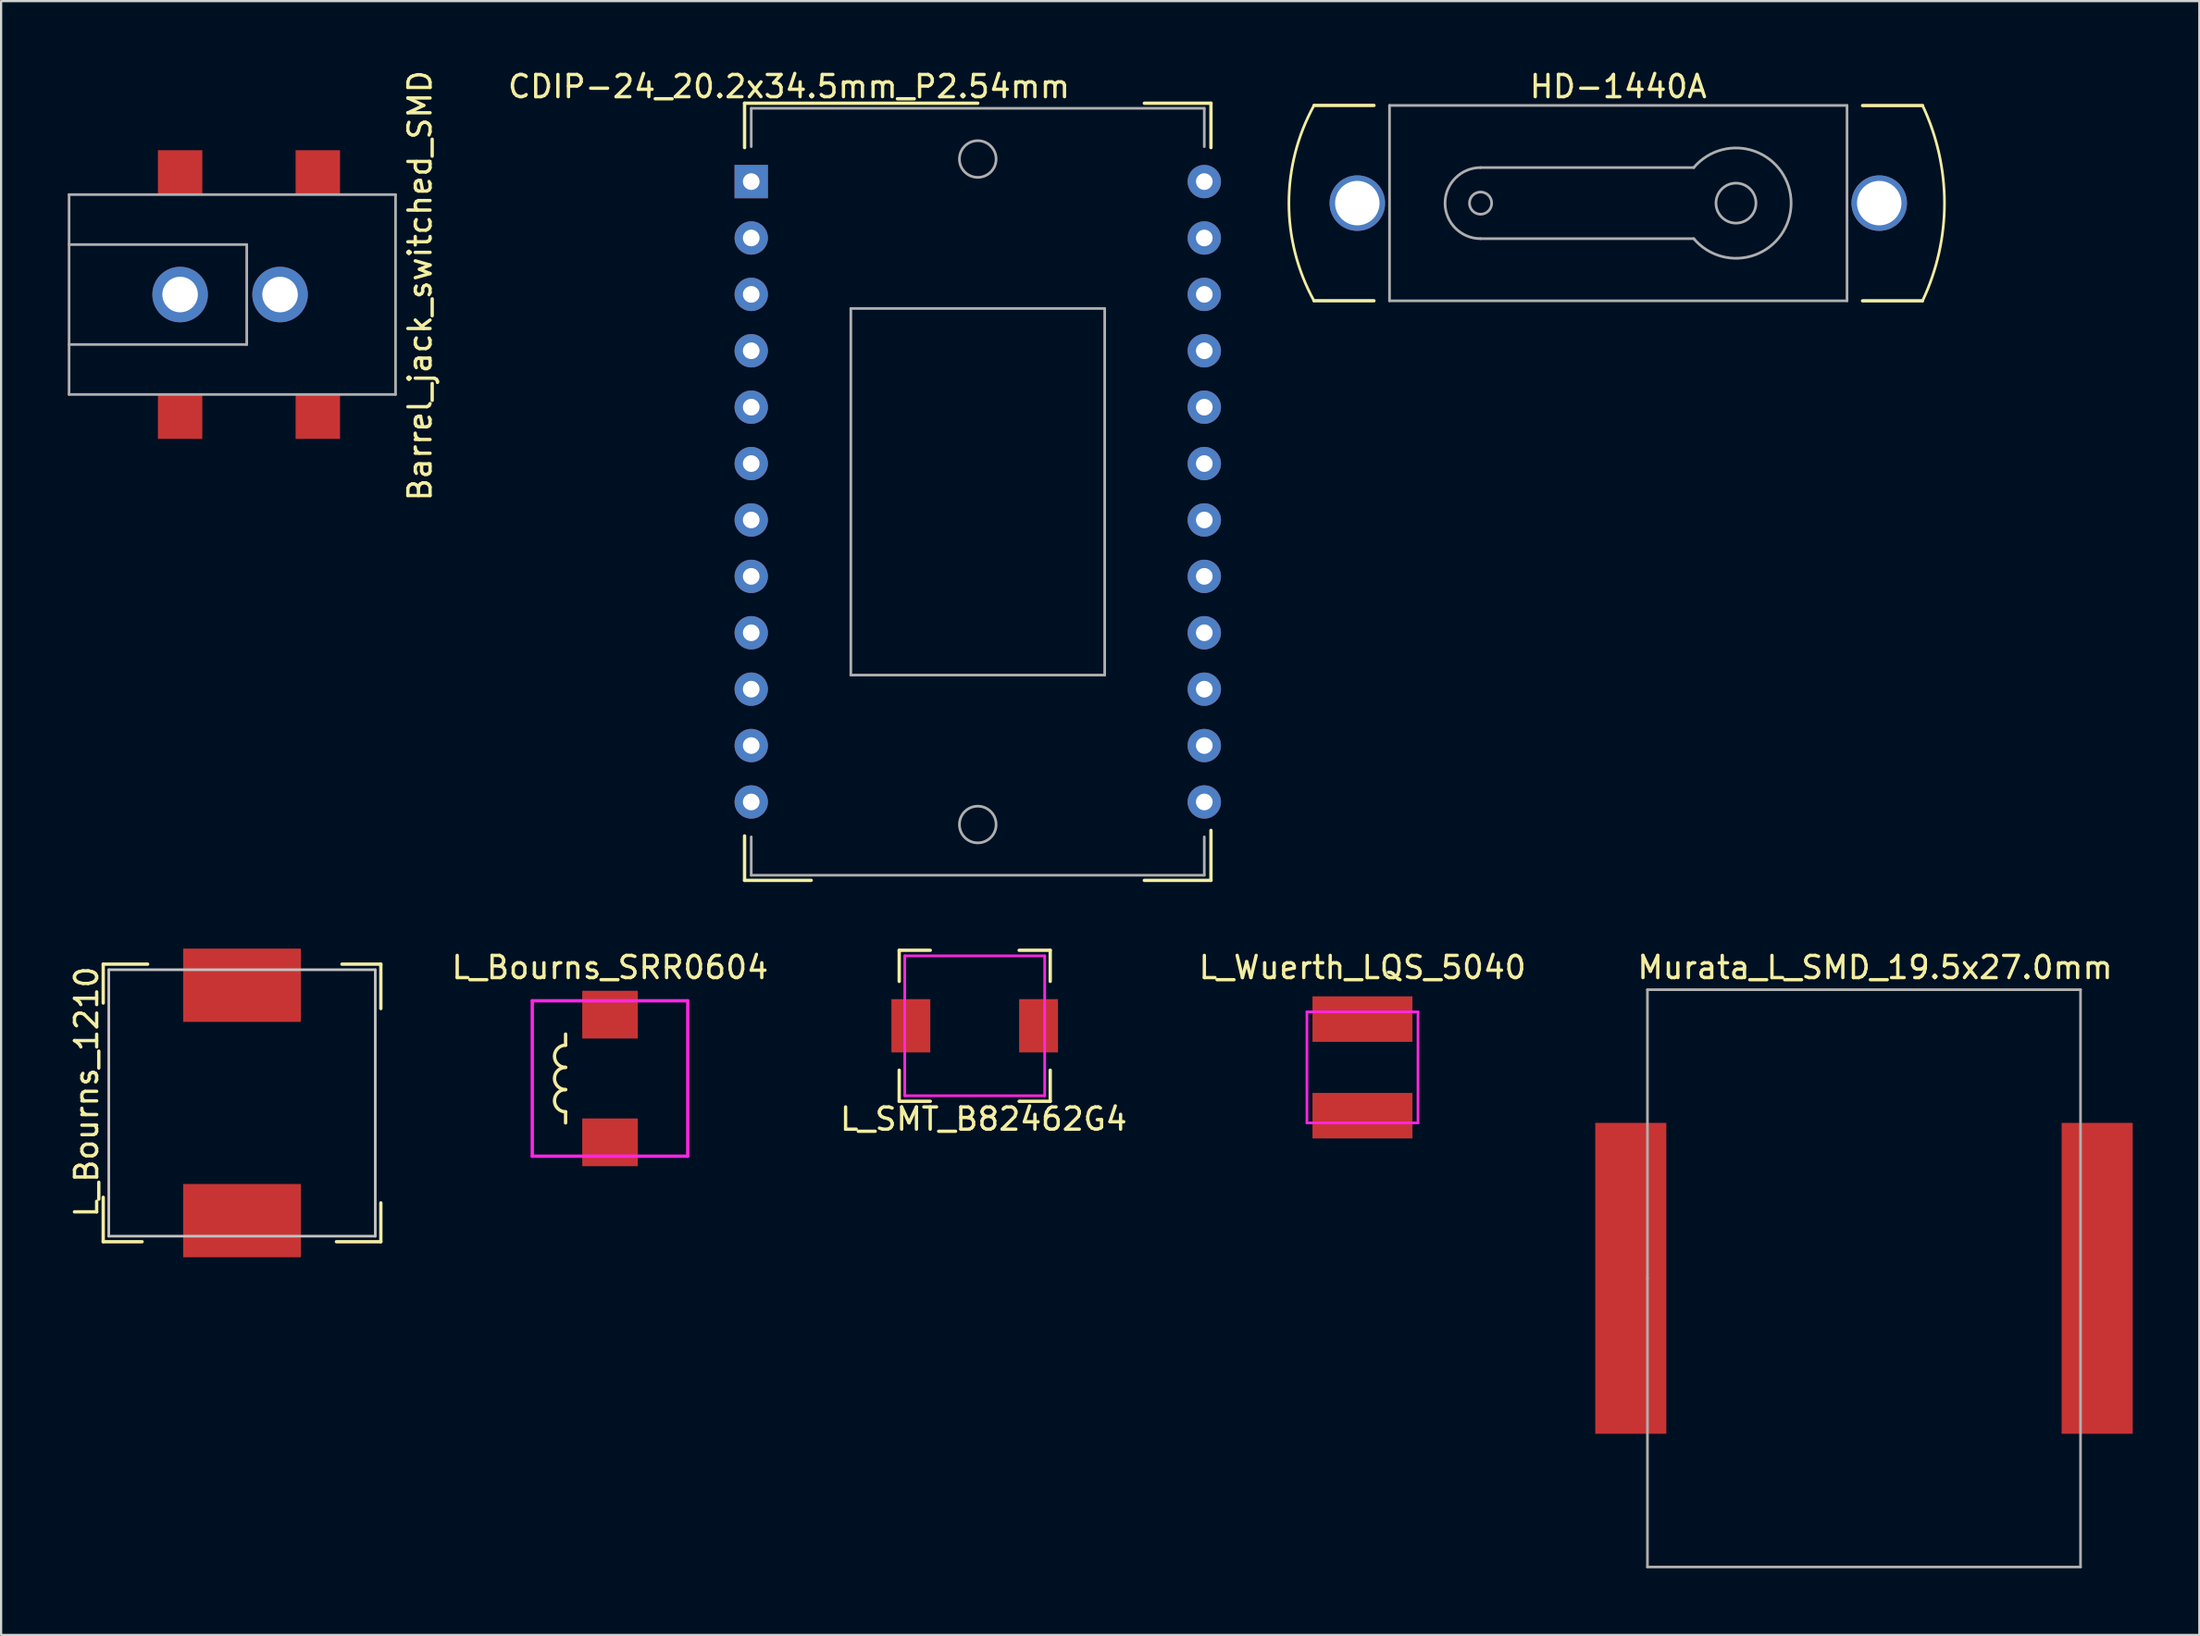
<source format=kicad_pcb>
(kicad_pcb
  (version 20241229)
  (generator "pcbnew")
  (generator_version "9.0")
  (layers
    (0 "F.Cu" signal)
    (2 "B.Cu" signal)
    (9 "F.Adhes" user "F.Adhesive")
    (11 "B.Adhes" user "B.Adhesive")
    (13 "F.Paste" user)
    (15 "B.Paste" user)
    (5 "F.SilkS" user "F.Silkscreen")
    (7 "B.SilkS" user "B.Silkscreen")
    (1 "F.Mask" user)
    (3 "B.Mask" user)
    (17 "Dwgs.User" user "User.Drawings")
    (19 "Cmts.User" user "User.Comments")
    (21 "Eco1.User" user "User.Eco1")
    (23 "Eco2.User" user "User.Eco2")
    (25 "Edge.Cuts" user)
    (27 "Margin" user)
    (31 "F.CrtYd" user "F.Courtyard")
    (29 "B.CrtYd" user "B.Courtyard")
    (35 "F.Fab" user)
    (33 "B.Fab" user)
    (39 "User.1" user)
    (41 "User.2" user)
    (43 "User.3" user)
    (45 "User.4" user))
  (footprint "L_SMT_B82462G4"
    (layer "F.Cu")
    (at 40.839 43.148)
    (property "Reference" "L_SMT_B82462G4" (at 0.4 4.2 0) (layer "F.SilkS") (effects (font (size 1 1) (thickness 0.15))))
    (attr through_hole)
    (fp_line (start -3.4 -3.4) (end -2 -3.4) (stroke (width 0.15) (type solid)) (layer "F.SilkS"))
    (fp_line (start -3.4 -2) (end -3.4 -3.4) (stroke (width 0.15) (type solid)) (layer "F.SilkS"))
    (fp_line (start -3.4 3.4) (end -3.4 2) (stroke (width 0.15) (type solid)) (layer "F.SilkS"))
    (fp_line (start -2 3.4) (end -3.4 3.4) (stroke (width 0.15) (type solid)) (layer "F.SilkS"))
    (fp_line (start 2 -3.4) (end 3.4 -3.4) (stroke (width 0.15) (type solid)) (layer "F.SilkS"))
    (fp_line (start 3.4 -3.4) (end 3.4 -2) (stroke (width 0.15) (type solid)) (layer "F.SilkS"))
    (fp_line (start 3.4 2) (end 3.4 3.4) (stroke (width 0.15) (type solid)) (layer "F.SilkS"))
    (fp_line (start 3.4 3.4) (end 2 3.4) (stroke (width 0.15) (type solid)) (layer "F.SilkS"))
    (fp_line (start -3.15 -3.15) (end 3.15 -3.15) (stroke (width 0.12) (type solid)) (layer "F.CrtYd"))
    (fp_line (start -3.15 3.15) (end -3.15 -3.15) (stroke (width 0.12) (type solid)) (layer "F.CrtYd"))
    (fp_line (start 3.15 -3.15) (end 3.15 3.15) (stroke (width 0.12) (type solid)) (layer "F.CrtYd"))
    (fp_line (start 3.15 3.15) (end -3.15 3.15) (stroke (width 0.12) (type solid)) (layer "F.CrtYd"))
    (pad "1" smd rect (at -2.875 0) (size 1.75 2.4) (layers "F.Cu" "F.Mask" "F.Paste"))
    (pad "2" smd rect (at 2.875 0) (size 1.75 2.4) (layers "F.Cu" "F.Mask" "F.Paste")))
  (footprint "L_Wuerth_LQS_5040"
    (layer "F.Cu")
    (at 58.298 45.022)
    (property "Reference" "L_Wuerth_LQS_5040" (at 0 -4.5 0) (layer "F.SilkS") (effects (font (size 1 1) (thickness 0.15))))
    (attr through_hole)
    (fp_line (start -2.5 -2.5) (end 2.5 -2.5) (stroke (width 0.12) (type solid)) (layer "F.CrtYd"))
    (fp_line (start -2.5 2.5) (end -2.5 -2.5) (stroke (width 0.12) (type solid)) (layer "F.CrtYd"))
    (fp_line (start 2.5 -2.5) (end 2.5 2.5) (stroke (width 0.12) (type solid)) (layer "F.CrtYd"))
    (fp_line (start 2.5 2.5) (end -2.5 2.5) (stroke (width 0.12) (type solid)) (layer "F.CrtYd"))
    (pad "1" smd rect (at 0 -2.175) (size 4.5 2.05) (layers "F.Cu" "F.Mask" "F.Paste"))
    (pad "2" smd rect (at 0 2.175) (size 4.5 2.05) (layers "F.Cu" "F.Mask" "F.Paste")))
  (footprint "Murata_L_SMD_19.5x27.0mm"
    (layer "F.Cu")
    (at 80.88 54.522)
    (property "Reference" "Murata_L_SMD_19.5x27.0mm" (at 0.5 -14 0) (layer "F.SilkS") (effects (font (size 1 1) (thickness 0.15))))
    (attr through_hole)
    (fp_line (start -9.75 -13) (end 9.75 -13) (stroke (width 0.12) (type solid)) (layer "F.Fab"))
    (fp_line (start -9.75 0) (end -9.75 -13) (stroke (width 0.12) (type solid)) (layer "F.Fab"))
    (fp_line (start -9.75 13) (end -9.75 0) (stroke (width 0.12) (type solid)) (layer "F.Fab"))
    (fp_line (start 9.75 -13) (end 9.75 13) (stroke (width 0.12) (type solid)) (layer "F.Fab"))
    (fp_line (start 9.75 13) (end -9.75 13) (stroke (width 0.12) (type solid)) (layer "F.Fab"))
    (pad "1" smd rect (at -10.5 0) (size 3.2 14) (layers "F.Cu" "F.Mask" "F.Paste"))
    (pad "2" smd rect (at 10.5 0) (size 3.2 14) (layers "F.Cu" "F.Mask" "F.Paste")))
  (footprint "L_Bourns_SRR0604"
    (layer "F.Cu")
    (at 24.417 45.522)
    (property "Reference" "L_Bourns_SRR0604" (at 0 -5 0) (layer "F.SilkS") (effects (font (size 1 1) (thickness 0.15))))
    (attr through_hole)
    (fp_line (start -2 -1.5) (end -2 -2) (stroke (width 0.15) (type solid)) (layer "F.SilkS"))
    (fp_line (start -2 2) (end -2 1.5) (stroke (width 0.15) (type solid)) (layer "F.SilkS"))
    (fp_arc (start -2 -0.5) (mid -2.5 -1) (end -2 -1.5) (stroke (width 0.15) (type solid)) (layer "F.SilkS"))
    (fp_arc (start -2 0.5) (mid -2.5 0) (end -2 -0.5) (stroke (width 0.15) (type solid)) (layer "F.SilkS"))
    (fp_arc (start -2 1.5) (mid -2.5 1) (end -2 0.5) (stroke (width 0.15) (type solid)) (layer "F.SilkS"))
    (fp_line (start -3.5 -3.5) (end -3.5 3.5) (stroke (width 0.15) (type solid)) (layer "F.CrtYd"))
    (fp_line (start -3.5 3.5) (end 3.5 3.5) (stroke (width 0.15) (type solid)) (layer "F.CrtYd"))
    (fp_line (start 3.5 -3.5) (end -3.5 -3.5) (stroke (width 0.15) (type solid)) (layer "F.CrtYd"))
    (fp_line (start 3.5 3.5) (end 3.5 -3.5) (stroke (width 0.15) (type solid)) (layer "F.CrtYd"))
    (pad "1" smd rect (at 0 -2.875) (size 2.5 2.15) (layers "F.Cu" "F.Mask" "F.Paste"))
    (pad "2" smd rect (at 0 2.875) (size 2.5 2.15) (layers "F.Cu" "F.Mask" "F.Paste")))
  (footprint "HD-1440A"
    (layer "F.Cu")
    (at 69.816 6.098)
    (property "Reference" "HD-1440A" (at 0 -5.25 0) (layer "F.SilkS") (effects (font (size 1 1) (thickness 0.15))))
    (attr through_hole)
    (fp_line (start -13.702 4.397) (end -11 4.397) (stroke (width 0.15) (type solid)) (layer "F.SilkS"))
    (fp_line (start -13.7 -4.4) (end -11 -4.4) (stroke (width 0.15) (type solid)) (layer "F.SilkS"))
    (fp_line (start 13.7 4.4) (end 11 4.4) (stroke (width 0.15) (type solid)) (layer "F.SilkS"))
    (fp_line (start 13.703 -4.394) (end 11 -4.394) (stroke (width 0.15) (type solid)) (layer "F.SilkS"))
    (fp_arc (start -13.701656 4.396985) (mid -14.830168 -0.00172) (end -13.699999 -4.399999) (stroke (width 0.12) (type solid)) (layer "F.SilkS"))
    (fp_arc (start 13.70302 -4.393608) (mid 14.688341 0.003535) (end 13.699999 4.399999) (stroke (width 0.12) (type solid)) (layer "F.SilkS"))
    (fp_line (start -10.3 -4.4) (end -10.3 4.4) (stroke (width 0.12) (type solid)) (layer "F.Fab"))
    (fp_line (start -10.3 4.4) (end 10.3 4.4) (stroke (width 0.12) (type solid)) (layer "F.Fab"))
    (fp_line (start -6.2 -1.6) (end 3.4 -1.6) (stroke (width 0.12) (type solid)) (layer "F.Fab"))
    (fp_line (start -6.2 1.6) (end 3.4 1.6) (stroke (width 0.12) (type solid)) (layer "F.Fab"))
    (fp_line (start 10.3 -4.4) (end -10.3 -4.4) (stroke (width 0.12) (type solid)) (layer "F.Fab"))
    (fp_line (start 10.3 4.4) (end 10.3 -4.4) (stroke (width 0.12) (type solid)) (layer "F.Fab"))
    (fp_arc (start -6.2 1.6) (mid -7.8 0) (end -6.2 -1.6) (stroke (width 0.12) (type solid)) (layer "F.Fab"))
    (fp_arc (start 3.400001 -1.599999) (mid 7.783947 0) (end 3.400001 1.599999) (stroke (width 0.12) (type solid)) (layer "F.Fab"))
    (fp_circle (center -6.2 0) (end -5.7 0) (stroke (width 0.12) (type solid)) (fill no) (layer "F.Fab"))
    (fp_circle (center 5.3 0) (end 6.2 0) (stroke (width 0.12) (type solid)) (fill no) (layer "F.Fab"))
    (pad "" np_thru_hole circle (at -11.75 0) (size 2.5 2.5) (drill 2) (layers "*.Cu" "*.Mask"))
    (pad "" np_thru_hole circle (at 11.75 0) (size 2.5 2.5) (drill 2) (layers "*.Cu" "*.Mask")))
  (footprint "Barrel_jack_switched_SMD"
    (layer "F.Cu")
    (at 5.06 10.215)
    (property "Reference" "Barrel_jack_switched_SMD" (at 10.8 -0.4 90) (layer "F.SilkS") (effects (font (size 1 1) (thickness 0.15))))
    (attr through_hole)
    (fp_line (start -5 -4.5) (end 9.7 -4.5) (stroke (width 0.12) (type solid)) (layer "F.Fab"))
    (fp_line (start -5 -2.25) (end 3 -2.25) (stroke (width 0.12) (type solid)) (layer "F.Fab"))
    (fp_line (start -5 4.5) (end -5 -4.5) (stroke (width 0.12) (type solid)) (layer "F.Fab"))
    (fp_line (start 3 -2.25) (end 3 2.25) (stroke (width 0.12) (type solid)) (layer "F.Fab"))
    (fp_line (start 3 2.25) (end -5 2.25) (stroke (width 0.12) (type solid)) (layer "F.Fab"))
    (fp_line (start 9.7 -4.5) (end 9.7 4.5) (stroke (width 0.12) (type solid)) (layer "F.Fab"))
    (fp_line (start 9.7 4.5) (end -5 4.5) (stroke (width 0.12) (type solid)) (layer "F.Fab"))
    (pad "1" smd rect (at 0 -5.5) (size 2 2) (layers "F.Cu" "F.Mask" "F.Paste"))
    (pad "1" smd rect (at 6.2 -5.5) (size 2 2) (layers "F.Cu" "F.Mask" "F.Paste"))
    (pad "2" smd rect (at 0 5.5) (size 2 2) (layers "F.Cu" "F.Mask" "F.Paste"))
    (pad "3" smd rect (at 6.2 5.5) (size 2 2) (layers "F.Cu" "F.Mask" "F.Paste"))
    (pad "~" thru_hole circle (at 0 0) (size 2.5 2.5) (drill 1.6) (layers "*.Cu" "*.Mask"))
    (pad "~" thru_hole circle (at 4.5 0) (size 2.5 2.5) (drill 1.6) (layers "*.Cu" "*.Mask")))
  (footprint "CDIP-24_20.2x34.5mm_P2.54mm"
    (layer "F.Cu")
    (at 40.976 19.098)
    (property "Reference" "CDIP-24_20.2x34.5mm_P2.54mm" (at -8.5 -18.25 0) (layer "F.SilkS") (effects (font (size 1 1) (thickness 0.15))))
    (attr through_hole)
    (fp_line (start -10.5 -17.5) (end 0 -17.5) (stroke (width 0.15) (type solid)) (layer "F.SilkS"))
    (fp_line (start -10.5 -15.5) (end -10.5 -17.5) (stroke (width 0.15) (type solid)) (layer "F.SilkS"))
    (fp_line (start -10.5 15.5) (end -10.5 17.5) (stroke (width 0.15) (type solid)) (layer "F.SilkS"))
    (fp_line (start -10.5 17.5) (end -7.5 17.5) (stroke (width 0.15) (type solid)) (layer "F.SilkS"))
    (fp_line (start 10.5 -17.5) (end 7.5 -17.5) (stroke (width 0.15) (type solid)) (layer "F.SilkS"))
    (fp_line (start 10.5 -15.5) (end 10.5 -17.5) (stroke (width 0.15) (type solid)) (layer "F.SilkS"))
    (fp_line (start 10.5 15.25) (end 10.5 17.5) (stroke (width 0.15) (type solid)) (layer "F.SilkS"))
    (fp_line (start 10.5 17.5) (end 7.5 17.5) (stroke (width 0.15) (type solid)) (layer "F.SilkS"))
    (fp_line (start -10.2 -17.27) (end -10.2 -15.543) (stroke (width 0.12) (type solid)) (layer "F.Fab"))
    (fp_line (start -10.2 -17.27) (end 10.2 -17.27) (stroke (width 0.12) (type solid)) (layer "F.Fab"))
    (fp_line (start -10.2 15.543) (end -10.2 17.27) (stroke (width 0.12) (type solid)) (layer "F.Fab"))
    (fp_line (start -10.2 17.27) (end 10.2 17.27) (stroke (width 0.12) (type solid)) (layer "F.Fab"))
    (fp_line (start -5.715 -8.255) (end 5.715 -8.255) (stroke (width 0.12) (type solid)) (layer "F.Fab"))
    (fp_line (start -5.715 8.255) (end -5.715 -8.255) (stroke (width 0.12) (type solid)) (layer "F.Fab"))
    (fp_line (start 5.715 -8.255) (end 5.715 8.255) (stroke (width 0.12) (type solid)) (layer "F.Fab"))
    (fp_line (start 5.715 8.255) (end -5.715 8.255) (stroke (width 0.12) (type solid)) (layer "F.Fab"))
    (fp_line (start 10.2 -17.27) (end 10.2 -15.543) (stroke (width 0.12) (type solid)) (layer "F.Fab"))
    (fp_line (start 10.2 17.27) (end 10.2 15.543) (stroke (width 0.12) (type solid)) (layer "F.Fab"))
    (fp_circle (center 0 -14.986) (end 0.826 -14.986) (stroke (width 0.12) (type solid)) (fill no) (layer "F.Fab"))
    (fp_circle (center 0 14.986) (end 0.826 14.986) (stroke (width 0.12) (type solid)) (fill no) (layer "F.Fab"))
    (pad "1" thru_hole rect (at -10.2 -13.97) (size 1.5 1.5) (drill 0.75) (layers "*.Cu" "*.Mask"))
    (pad "2" thru_hole circle (at -10.2 -11.43) (size 1.5 1.5) (drill 0.75) (layers "*.Cu" "*.Mask"))
    (pad "3" thru_hole circle (at -10.2 -8.89) (size 1.5 1.5) (drill 0.75) (layers "*.Cu" "*.Mask"))
    (pad "4" thru_hole circle (at -10.2 -6.35) (size 1.5 1.5) (drill 0.75) (layers "*.Cu" "*.Mask"))
    (pad "5" thru_hole circle (at -10.2 -3.81) (size 1.5 1.5) (drill 0.75) (layers "*.Cu" "*.Mask"))
    (pad "6" thru_hole circle (at -10.2 -1.27) (size 1.5 1.5) (drill 0.75) (layers "*.Cu" "*.Mask"))
    (pad "7" thru_hole circle (at -10.2 1.27) (size 1.5 1.5) (drill 0.75) (layers "*.Cu" "*.Mask"))
    (pad "8" thru_hole circle (at -10.2 3.81) (size 1.5 1.5) (drill 0.75) (layers "*.Cu" "*.Mask"))
    (pad "9" thru_hole circle (at -10.2 6.35) (size 1.5 1.5) (drill 0.75) (layers "*.Cu" "*.Mask"))
    (pad "10" thru_hole circle (at -10.2 8.89) (size 1.5 1.5) (drill 0.75) (layers "*.Cu" "*.Mask"))
    (pad "11" thru_hole circle (at -10.2 11.43) (size 1.5 1.5) (drill 0.75) (layers "*.Cu" "*.Mask"))
    (pad "12" thru_hole circle (at -10.2 13.97) (size 1.5 1.5) (drill 0.75) (layers "*.Cu" "*.Mask"))
    (pad "13" thru_hole circle (at 10.2 13.97) (size 1.5 1.5) (drill 0.75) (layers "*.Cu" "*.Mask"))
    (pad "14" thru_hole circle (at 10.2 11.43) (size 1.5 1.5) (drill 0.75) (layers "*.Cu" "*.Mask"))
    (pad "15" thru_hole circle (at 10.2 8.89) (size 1.5 1.5) (drill 0.75) (layers "*.Cu" "*.Mask"))
    (pad "16" thru_hole circle (at 10.2 6.35) (size 1.5 1.5) (drill 0.75) (layers "*.Cu" "*.Mask"))
    (pad "17" thru_hole circle (at 10.2 3.81) (size 1.5 1.5) (drill 0.75) (layers "*.Cu" "*.Mask"))
    (pad "18" thru_hole circle (at 10.2 1.27) (size 1.5 1.5) (drill 0.75) (layers "*.Cu" "*.Mask"))
    (pad "19" thru_hole circle (at 10.2 -1.27) (size 1.5 1.5) (drill 0.75) (layers "*.Cu" "*.Mask"))
    (pad "20" thru_hole circle (at 10.2 -3.81) (size 1.5 1.5) (drill 0.75) (layers "*.Cu" "*.Mask"))
    (pad "21" thru_hole circle (at 10.2 -6.35) (size 1.5 1.5) (drill 0.75) (layers "*.Cu" "*.Mask"))
    (pad "22" thru_hole circle (at 10.2 -8.89) (size 1.5 1.5) (drill 0.75) (layers "*.Cu" "*.Mask"))
    (pad "23" thru_hole circle (at 10.2 -11.43) (size 1.5 1.5) (drill 0.75) (layers "*.Cu" "*.Mask"))
    (pad "24" thru_hole circle (at 10.2 -13.97) (size 1.5 1.5) (drill 0.75) (layers "*.Cu" "*.Mask")))
  (footprint "L_Bourns_1210"
    (layer "F.Cu")
    (at 7.848 46.623)
    (property "Reference" "L_Bourns_1210" (at -7 -0.5 90) (layer "F.SilkS") (effects (font (size 1 1) (thickness 0.15))))
    (attr through_hole)
    (fp_line (start -6.25 -6.25) (end -6.25 -4.5) (stroke (width 0.15) (type solid)) (layer "F.SilkS"))
    (fp_line (start -6.25 4.25) (end -6.25 6.25) (stroke (width 0.15) (type solid)) (layer "F.SilkS"))
    (fp_line (start -6.25 6.25) (end -4.5 6.25) (stroke (width 0.15) (type solid)) (layer "F.SilkS"))
    (fp_line (start -4.25 -6.25) (end -6.25 -6.25) (stroke (width 0.15) (type solid)) (layer "F.SilkS"))
    (fp_line (start 4.25 6.25) (end 6.25 6.25) (stroke (width 0.15) (type solid)) (layer "F.SilkS"))
    (fp_line (start 6.25 -6.25) (end 4.5 -6.25) (stroke (width 0.15) (type solid)) (layer "F.SilkS"))
    (fp_line (start 6.25 -4.25) (end 6.25 -6.25) (stroke (width 0.15) (type solid)) (layer "F.SilkS"))
    (fp_line (start 6.25 6.25) (end 6.25 4.5) (stroke (width 0.15) (type solid)) (layer "F.SilkS"))
    (fp_line (start -6 -6) (end 6 -6) (stroke (width 0.12) (type solid)) (layer "Dwgs.User"))
    (fp_line (start -6 6) (end -6 -6) (stroke (width 0.12) (type solid)) (layer "Dwgs.User"))
    (fp_line (start 6 -6) (end 6 6) (stroke (width 0.12) (type solid)) (layer "Dwgs.User"))
    (fp_line (start 6 6) (end -6 6) (stroke (width 0.12) (type solid)) (layer "Dwgs.User"))
    (pad "1" smd rect (at 0 5.3) (size 5.3 3.3) (layers "F.Cu" "F.Mask" "F.Paste"))
    (pad "2" smd rect (at 0 -5.3) (size 5.3 3.3) (layers "F.Cu" "F.Mask" "F.Paste")))
  (gr_rect
    (start -3 -3)
    (end 95.98 70.582)
    (stroke (width 0.1) (type default))
    (fill no)
    (layer "Edge.Cuts")))
</source>
